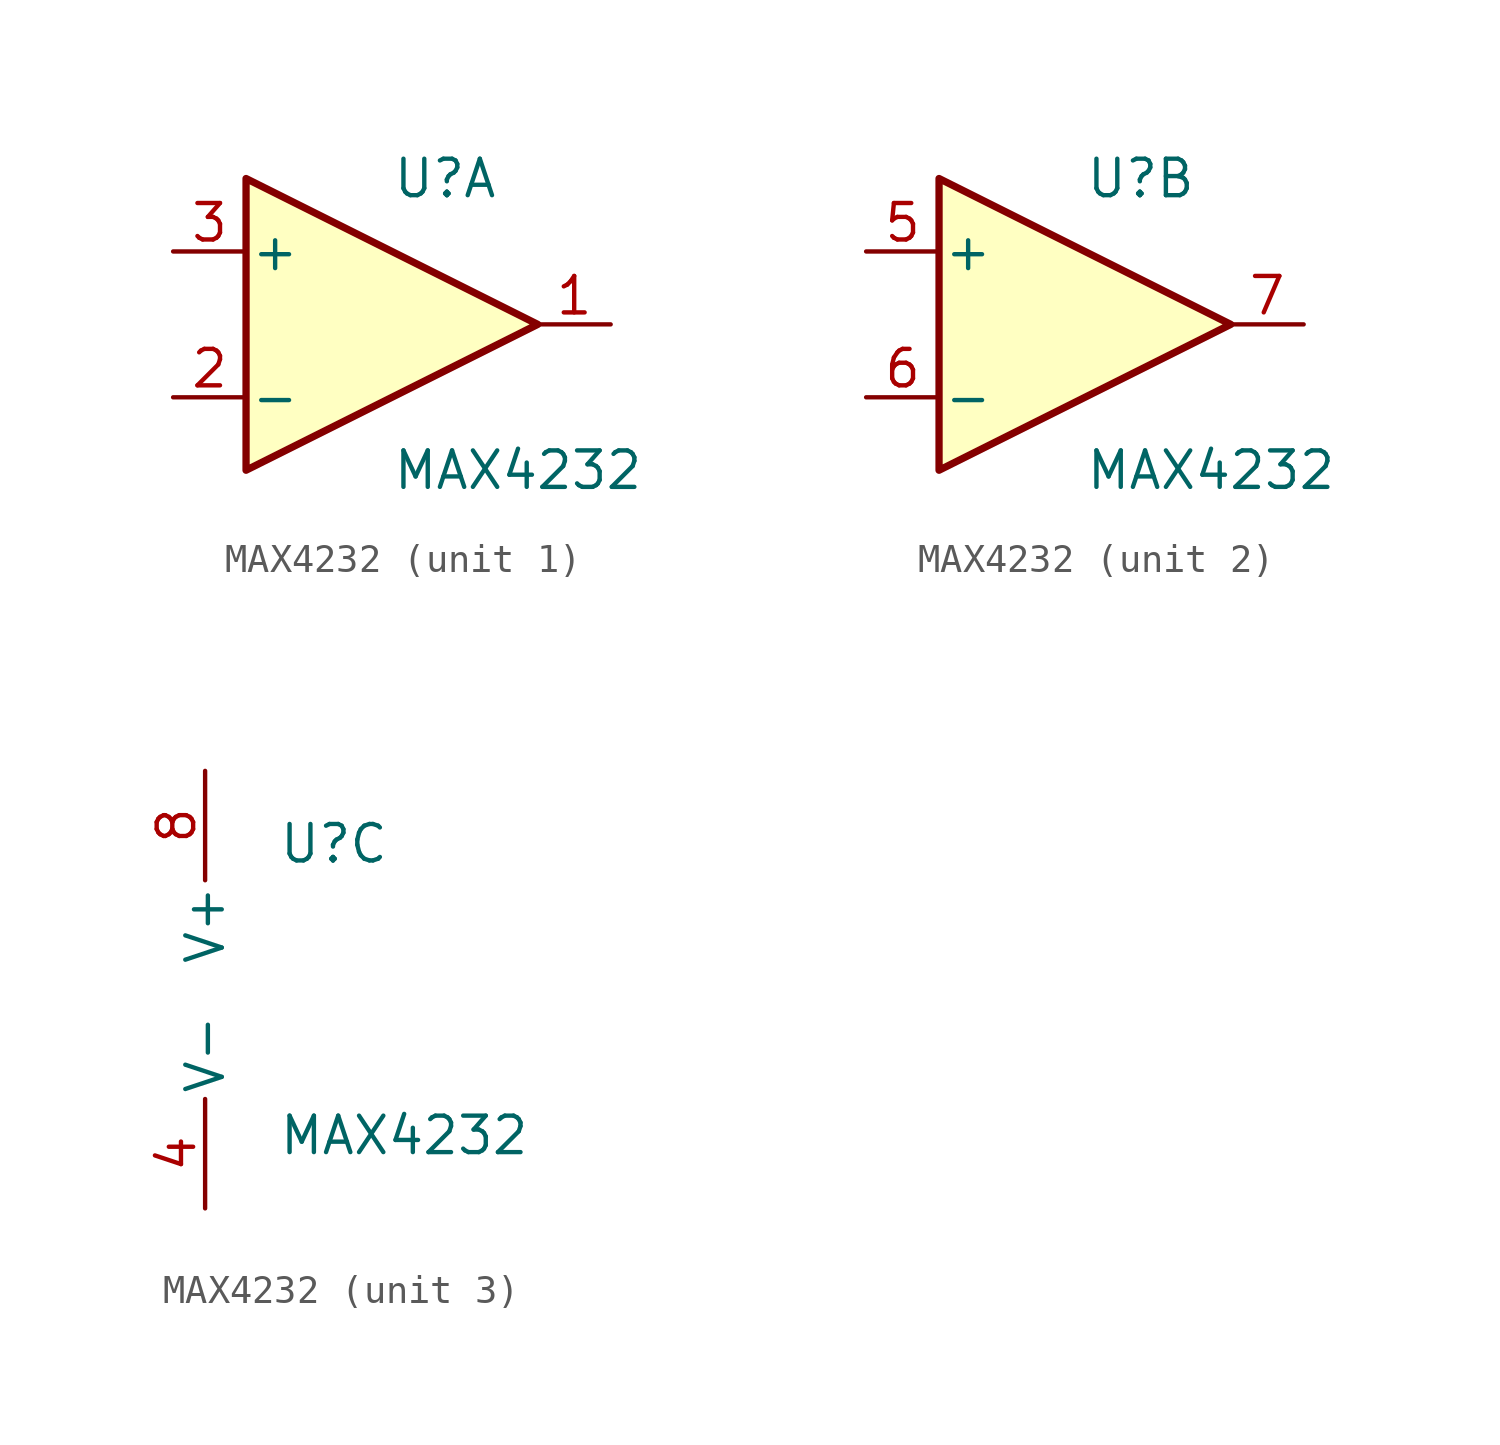
<source format=kicad_sym>
(kicad_symbol_lib
  (version 20220914)
  (generator kicad_symbol_editor)
  (symbol "MAX4232"
    (pin_names
      (offset 0.127))
    (property "Reference" "U"
      (at 0 5.08 0)
      (effects (font (size 1.27 1.27)) (justify left)))
    (property "Value" "MAX4232"
      (at 0 -5.08 0)
      (effects (font (size 1.27 1.27)) (justify left)))
    (property "ki_locked" ""
      (at 0 0 0)
      (effects (font (size 1.27 1.27))))
    (symbol "MAX4232_1_1"
      (polyline (pts (xy -5.08 5.08) (xy 5.08 0) (xy -5.08 -5.08) (xy -5.08 5.08)) (stroke (width 0.254) (type default)) (fill (type background)))
      (pin output line (at 7.62 0 180) (length 2.54) (name "~" (effects (font (size 1.27 1.27)))) (number "1" (effects (font (size 1.27 1.27)))))
      (pin input line (at -7.62 -2.54 0) (length 2.54) (name "-" (effects (font (size 1.27 1.27)))) (number "2" (effects (font (size 1.27 1.27)))))
      (pin input line (at -7.62 2.54 0) (length 2.54) (name "+" (effects (font (size 1.27 1.27)))) (number "3" (effects (font (size 1.27 1.27))))))
    (symbol "MAX4232_2_1"
      (polyline (pts (xy -5.08 5.08) (xy 5.08 0) (xy -5.08 -5.08) (xy -5.08 5.08)) (stroke (width 0.254) (type default)) (fill (type background)))
      (pin input line (at -7.62 2.54 0) (length 2.54) (name "+" (effects (font (size 1.27 1.27)))) (number "5" (effects (font (size 1.27 1.27)))))
      (pin input line (at -7.62 -2.54 0) (length 2.54) (name "-" (effects (font (size 1.27 1.27)))) (number "6" (effects (font (size 1.27 1.27)))))
      (pin output line (at 7.62 0 180) (length 2.54) (name "~" (effects (font (size 1.27 1.27)))) (number "7" (effects (font (size 1.27 1.27))))))
    (symbol "MAX4232_3_1"
      (pin power_in line (at -2.54 -7.62 90) (length 3.81) (name "V-" (effects (font (size 1.27 1.27)))) (number "4" (effects (font (size 1.27 1.27)))))
      (pin power_in line (at -2.54 7.62 270) (length 3.81) (name "V+" (effects (font (size 1.27 1.27)))) (number "8" (effects (font (size 1.27 1.27))))))))
</source>
